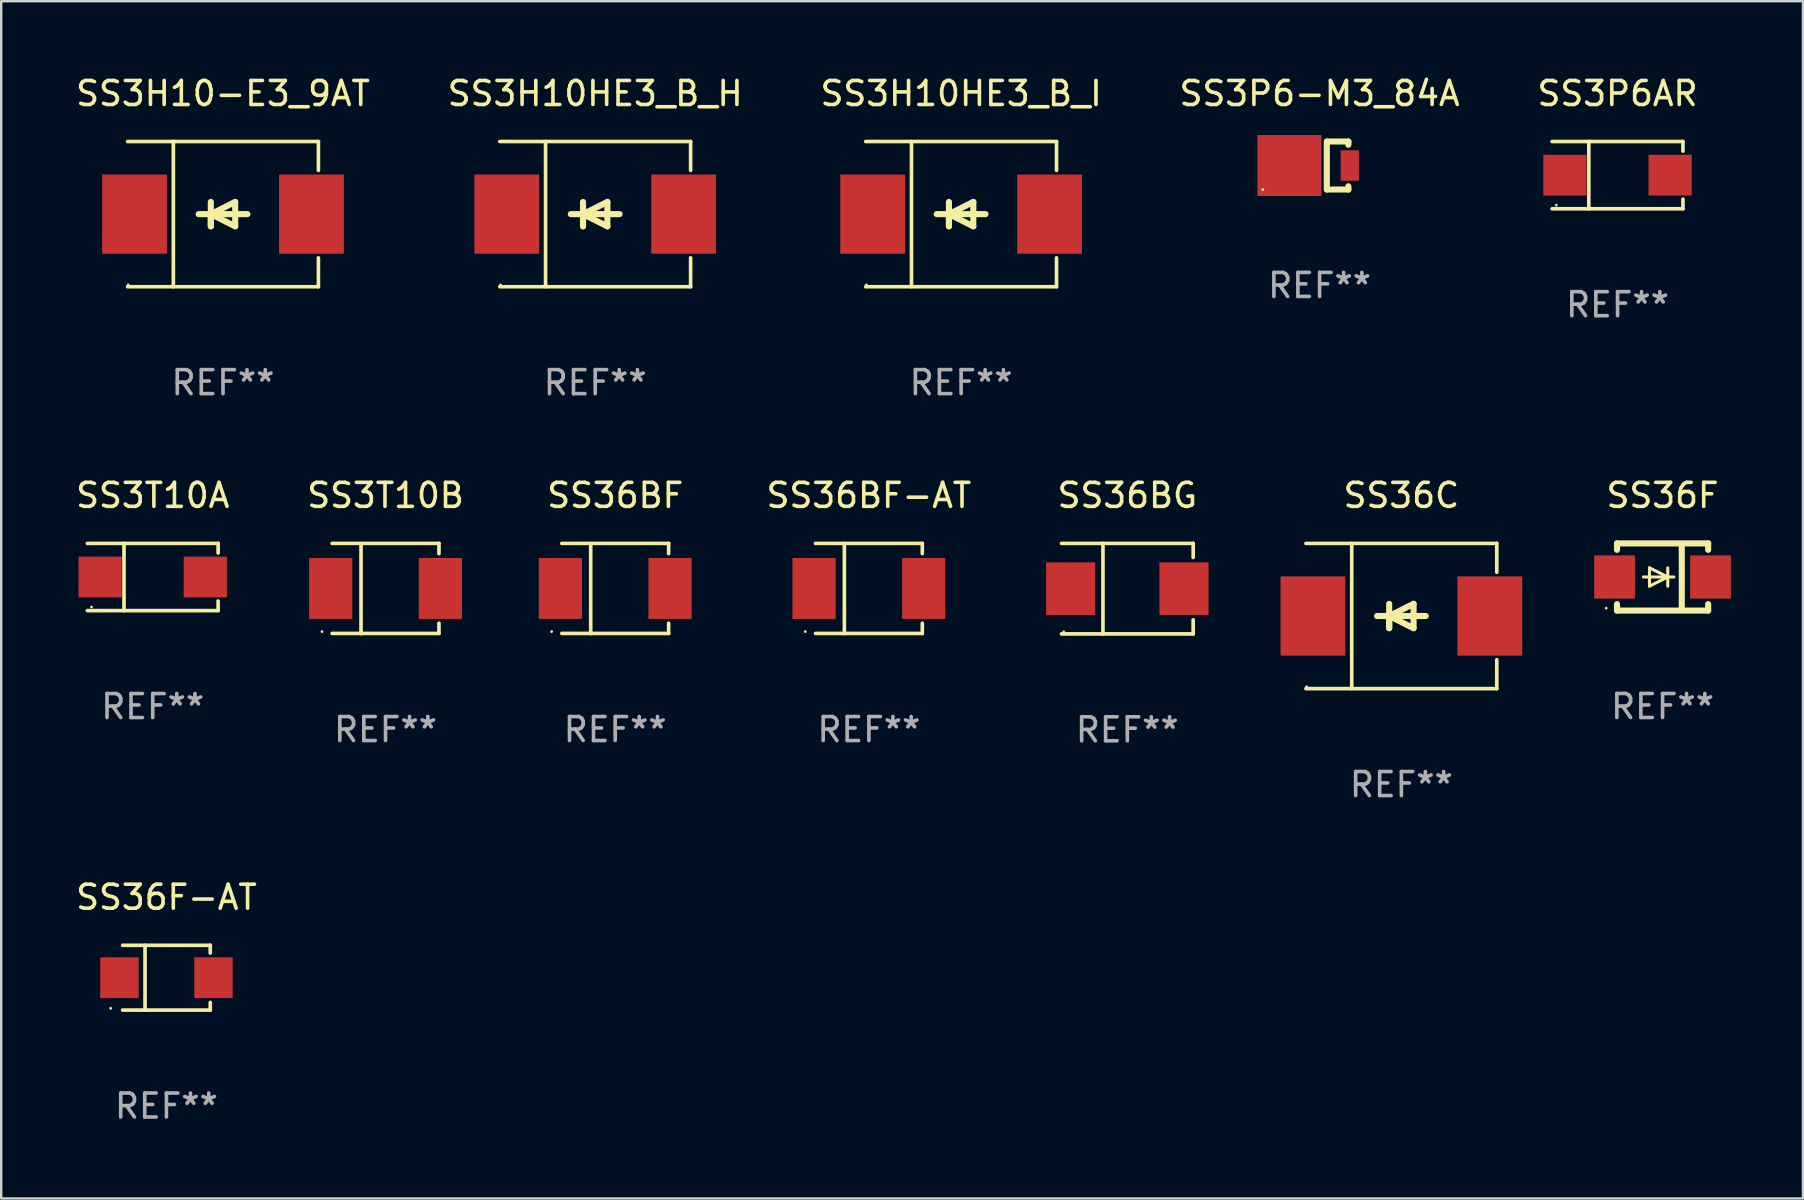
<source format=kicad_pcb>
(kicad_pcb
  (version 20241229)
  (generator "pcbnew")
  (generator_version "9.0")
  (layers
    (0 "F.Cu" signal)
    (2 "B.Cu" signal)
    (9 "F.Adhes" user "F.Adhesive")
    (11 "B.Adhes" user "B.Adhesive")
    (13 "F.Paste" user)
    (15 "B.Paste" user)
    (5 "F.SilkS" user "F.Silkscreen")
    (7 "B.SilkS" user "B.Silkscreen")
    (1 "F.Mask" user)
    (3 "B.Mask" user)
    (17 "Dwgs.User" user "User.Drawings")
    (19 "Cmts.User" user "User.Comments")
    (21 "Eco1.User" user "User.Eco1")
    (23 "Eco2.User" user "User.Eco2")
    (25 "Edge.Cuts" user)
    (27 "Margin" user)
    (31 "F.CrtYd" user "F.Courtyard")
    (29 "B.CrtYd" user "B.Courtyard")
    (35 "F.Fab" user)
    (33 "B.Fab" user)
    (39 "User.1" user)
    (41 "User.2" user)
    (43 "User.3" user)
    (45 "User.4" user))
  (footprint "SS36BF"
    (layer "F.Cu")
    (at 22.59 21.477)
    (property "Reference" "SS36BF" (at 0 -3.88 0) (layer "F.SilkS") (effects (font (size 1 1) (thickness 0.15))))
    (attr through_hole)
    (fp_line (start -2.226 -1.88) (end 2.226 -1.88) (stroke (width 0.152) (type solid)) (layer "F.SilkS"))
    (fp_line (start -2.226 1.873) (end 2.226 1.873) (stroke (width 0.152) (type solid)) (layer "F.SilkS"))
    (fp_line (start -1.022 -1.873) (end -1.022 1.88) (stroke (width 0.152) (type solid)) (layer "F.SilkS"))
    (fp_line (start 2.226 -1.88) (end 2.226 -1.453) (stroke (width 0.152) (type solid)) (layer "F.SilkS"))
    (fp_line (start 2.226 1.447) (end 2.226 1.873) (stroke (width 0.152) (type solid)) (layer "F.SilkS"))
    (fp_circle (center -2.65 1.797) (end -2.62 1.797) (stroke (width 0.06) (type solid)) (fill no) (layer "F.SilkS"))
    (fp_text user "REF**" (at 0 5.88 0) (layer "F.Fab") (effects (font (size 1 1) (thickness 0.15))))
    (pad "1" smd rect (at -2.285 -0.003) (size 1.8 2.54) (layers "F.Cu" "F.Mask" "F.Paste"))
    (pad "2" smd rect (at 2.285 -0.003) (size 1.8 2.54) (layers "F.Cu" "F.Mask" "F.Paste")))
  (footprint "SS3H10HE3_B_I"
    (layer "F.Cu")
    (at 37.006 5.874)
    (property "Reference" "SS3H10HE3_B_I" (at 0 -5.026 0) (layer "F.SilkS") (effects (font (size 1 1) (thickness 0.15))))
    (attr through_hole)
    (fp_line (start -3.976 -3.026) (end 3.976 -3.026) (stroke (width 0.152) (type solid)) (layer "F.SilkS"))
    (fp_line (start -3.976 3.026) (end 3.976 3.026) (stroke (width 0.152) (type solid)) (layer "F.SilkS"))
    (fp_line (start -2.069 -3.026) (end -2.069 3.026) (stroke (width 0.152) (type solid)) (layer "F.SilkS"))
    (fp_line (start -0.508 0) (end -0.508 0.508) (stroke (width 0.254) (type solid)) (layer "F.SilkS"))
    (fp_line (start -0.508 0) (end 0.508 0.508) (stroke (width 0.254) (type solid)) (layer "F.SilkS"))
    (fp_line (start -0.508 0.508) (end -0.508 -0.508) (stroke (width 0.254) (type solid)) (layer "F.SilkS"))
    (fp_line (start 0.508 -0.508) (end -0.508 0) (stroke (width 0.254) (type solid)) (layer "F.SilkS"))
    (fp_line (start 0.508 0.508) (end 0.508 -0.508) (stroke (width 0.254) (type solid)) (layer "F.SilkS"))
    (fp_line (start 1.016 0) (end -1.016 0) (stroke (width 0.254) (type solid)) (layer "F.SilkS"))
    (fp_line (start 3.976 -3.026) (end 3.976 -1.823) (stroke (width 0.152) (type solid)) (layer "F.SilkS"))
    (fp_line (start 3.976 3.026) (end 3.976 1.823) (stroke (width 0.152) (type solid)) (layer "F.SilkS"))
    (fp_circle (center -3.95 2.95) (end -3.92 2.95) (stroke (width 0.06) (type solid)) (fill no) (layer "F.SilkS"))
    (fp_text user "REF**" (at 0 7.026 0) (layer "F.Fab") (effects (font (size 1 1) (thickness 0.15))))
    (pad "1" smd rect (at -3.686 0) (size 2.7 3.3) (layers "F.Cu" "F.Mask" "F.Paste"))
    (pad "2" smd rect (at 3.686 0) (size 2.7 3.3) (layers "F.Cu" "F.Mask" "F.Paste")))
  (footprint "SS36C"
    (layer "F.Cu")
    (at 55.354 22.623)
    (property "Reference" "SS36C" (at 0 -5.026 0) (layer "F.SilkS") (effects (font (size 1 1) (thickness 0.15))))
    (attr through_hole)
    (fp_line (start -3.976 -3.026) (end 3.976 -3.026) (stroke (width 0.152) (type solid)) (layer "F.SilkS"))
    (fp_line (start -3.976 3.026) (end 3.976 3.026) (stroke (width 0.152) (type solid)) (layer "F.SilkS"))
    (fp_line (start -2.069 -3.026) (end -2.069 3.026) (stroke (width 0.152) (type solid)) (layer "F.SilkS"))
    (fp_line (start -0.508 0) (end -0.508 0.508) (stroke (width 0.254) (type solid)) (layer "F.SilkS"))
    (fp_line (start -0.508 0) (end 0.508 0.508) (stroke (width 0.254) (type solid)) (layer "F.SilkS"))
    (fp_line (start -0.508 0.508) (end -0.508 -0.508) (stroke (width 0.254) (type solid)) (layer "F.SilkS"))
    (fp_line (start 0.508 -0.508) (end -0.508 0) (stroke (width 0.254) (type solid)) (layer "F.SilkS"))
    (fp_line (start 0.508 0.508) (end 0.508 -0.508) (stroke (width 0.254) (type solid)) (layer "F.SilkS"))
    (fp_line (start 1.016 0) (end -1.016 0) (stroke (width 0.254) (type solid)) (layer "F.SilkS"))
    (fp_line (start 3.976 -3.026) (end 3.976 -1.823) (stroke (width 0.152) (type solid)) (layer "F.SilkS"))
    (fp_line (start 3.976 3.026) (end 3.976 1.823) (stroke (width 0.152) (type solid)) (layer "F.SilkS"))
    (fp_circle (center -3.95 2.95) (end -3.92 2.95) (stroke (width 0.06) (type solid)) (fill no) (layer "F.SilkS"))
    (fp_text user "REF**" (at 0 7.026 0) (layer "F.Fab") (effects (font (size 1 1) (thickness 0.15))))
    (pad "1" smd rect (at -3.686 0) (size 2.7 3.3) (layers "F.Cu" "F.Mask" "F.Paste"))
    (pad "2" smd rect (at 3.686 0) (size 2.7 3.3) (layers "F.Cu" "F.Mask" "F.Paste")))
  (footprint "SS36BG"
    (layer "F.Cu")
    (at 43.933 21.483)
    (property "Reference" "SS36BG" (at 0 -3.886 0) (layer "F.SilkS") (effects (font (size 1 1) (thickness 0.15))))
    (attr through_hole)
    (fp_line (start -2.744 -1.886) (end 2.744 -1.886) (stroke (width 0.152) (type solid)) (layer "F.SilkS"))
    (fp_line (start -2.744 1.886) (end 2.744 1.886) (stroke (width 0.152) (type solid)) (layer "F.SilkS"))
    (fp_line (start -1.016 -1.886) (end -1.016 1.886) (stroke (width 0.152) (type solid)) (layer "F.SilkS"))
    (fp_line (start 2.744 -1.886) (end 2.744 -1.299) (stroke (width 0.152) (type solid)) (layer "F.SilkS"))
    (fp_line (start 2.744 1.886) (end 2.744 1.299) (stroke (width 0.152) (type solid)) (layer "F.SilkS"))
    (fp_circle (center -2.65 1.8) (end -2.62 1.8) (stroke (width 0.06) (type solid)) (fill no) (layer "F.SilkS"))
    (fp_text user "REF**" (at 0 5.886 0) (layer "F.Fab") (effects (font (size 1 1) (thickness 0.15))))
    (pad "1" smd rect (at -2.361 0) (size 2.047 2.192) (layers "F.Cu" "F.Mask" "F.Paste"))
    (pad "2" smd rect (at 2.361 0) (size 2.047 2.192) (layers "F.Cu" "F.Mask" "F.Paste")))
  (footprint "SS3P6-M3_84A"
    (layer "F.Cu")
    (at 51.946 3.848)
    (property "Reference" "SS3P6-M3_84A" (at 0 -3 0) (layer "F.SilkS") (effects (font (size 1 1) (thickness 0.15))))
    (attr through_hole)
    (fp_line (start 0.3 -1) (end 0.3 1) (stroke (width 0.254) (type solid)) (layer "F.SilkS"))
    (fp_line (start 1.2 -1) (end 0.308 -1) (stroke (width 0.254) (type solid)) (layer "F.SilkS"))
    (fp_line (start 1.2 -1) (end 1.2 -0.866) (stroke (width 0.254) (type solid)) (layer "F.SilkS"))
    (fp_line (start 1.2 1) (end 0.308 1) (stroke (width 0.254) (type solid)) (layer "F.SilkS"))
    (fp_line (start 1.2 1) (end 1.2 0.866) (stroke (width 0.254) (type solid)) (layer "F.SilkS"))
    (fp_circle (center -2.368 1) (end -2.338 1) (stroke (width 0.06) (type solid)) (fill no) (layer "F.SilkS"))
    (fp_text user "REF**" (at 0 5 0) (layer "F.Fab") (effects (font (size 1 1) (thickness 0.15))))
    (pad "1" smd rect (at -1.258 0) (size 2.67 2.54) (layers "F.Cu" "F.Mask" "F.Paste"))
    (pad "2" smd rect (at 1.258 0) (size 0.762 1.27) (layers "F.Cu" "F.Mask" "F.Paste")))
  (footprint "SS36F"
    (layer "F.Cu")
    (at 66.24 20.997)
    (property "Reference" "SS36F" (at 0 -3.4 0) (layer "F.SilkS") (effects (font (size 1 1) (thickness 0.15))))
    (attr through_hole)
    (fp_line (start -1.9 -1.4) (end -1.9 -1.131) (stroke (width 0.254) (type solid)) (layer "F.SilkS"))
    (fp_line (start -1.9 -1.4) (end 1.9 -1.4) (stroke (width 0.254) (type solid)) (layer "F.SilkS"))
    (fp_line (start -1.9 1.131) (end -1.9 1.4) (stroke (width 0.254) (type solid)) (layer "F.SilkS"))
    (fp_line (start -1.9 1.4) (end 1.9 1.4) (stroke (width 0.254) (type solid)) (layer "F.SilkS"))
    (fp_line (start -0.8 0) (end 0.47 0) (stroke (width 0.127) (type solid)) (layer "F.SilkS"))
    (fp_line (start -0.546 -0.381) (end 0.216 0) (stroke (width 0.127) (type solid)) (layer "F.SilkS"))
    (fp_line (start -0.546 0) (end -0.546 -0.381) (stroke (width 0.127) (type solid)) (layer "F.SilkS"))
    (fp_line (start -0.546 0) (end -0.546 0.381) (stroke (width 0.127) (type solid)) (layer "F.SilkS"))
    (fp_line (start -0.546 0.381) (end 0.216 0) (stroke (width 0.127) (type solid)) (layer "F.SilkS"))
    (fp_line (start 0.216 0) (end 0.216 -0.381) (stroke (width 0.127) (type solid)) (layer "F.SilkS"))
    (fp_line (start 0.216 0) (end 0.216 0.381) (stroke (width 0.127) (type solid)) (layer "F.SilkS"))
    (fp_line (start 0.8 1.25) (end 0.8 -1.25) (stroke (width 0.254) (type solid)) (layer "F.SilkS"))
    (fp_line (start 1.9 -1.4) (end 1.9 -1.131) (stroke (width 0.254) (type solid)) (layer "F.SilkS"))
    (fp_line (start 1.9 1.131) (end 1.9 1.4) (stroke (width 0.254) (type solid)) (layer "F.SilkS"))
    (fp_circle (center -2.35 1.3) (end -2.32 1.3) (stroke (width 0.06) (type solid)) (fill no) (layer "F.SilkS"))
    (fp_text user "REF**" (at 0 5.4 0) (layer "F.Fab") (effects (font (size 1 1) (thickness 0.15))))
    (pad "1" smd rect (at -2 0 180) (size 1.7 1.8) (layers "F.Cu" "F.Mask" "F.Paste"))
    (pad "2" smd rect (at 2 0 180) (size 1.7 1.8) (layers "F.Cu" "F.Mask" "F.Paste")))
  (footprint "SS3H10HE3_B_H"
    (layer "F.Cu")
    (at 21.756 5.874)
    (property "Reference" "SS3H10HE3_B_H" (at 0 -5.026 0) (layer "F.SilkS") (effects (font (size 1 1) (thickness 0.15))))
    (attr through_hole)
    (fp_line (start -3.976 -3.026) (end 3.976 -3.026) (stroke (width 0.152) (type solid)) (layer "F.SilkS"))
    (fp_line (start -3.976 3.026) (end 3.976 3.026) (stroke (width 0.152) (type solid)) (layer "F.SilkS"))
    (fp_line (start -2.069 -3.026) (end -2.069 3.026) (stroke (width 0.152) (type solid)) (layer "F.SilkS"))
    (fp_line (start -0.508 0) (end -0.508 0.508) (stroke (width 0.254) (type solid)) (layer "F.SilkS"))
    (fp_line (start -0.508 0) (end 0.508 0.508) (stroke (width 0.254) (type solid)) (layer "F.SilkS"))
    (fp_line (start -0.508 0.508) (end -0.508 -0.508) (stroke (width 0.254) (type solid)) (layer "F.SilkS"))
    (fp_line (start 0.508 -0.508) (end -0.508 0) (stroke (width 0.254) (type solid)) (layer "F.SilkS"))
    (fp_line (start 0.508 0.508) (end 0.508 -0.508) (stroke (width 0.254) (type solid)) (layer "F.SilkS"))
    (fp_line (start 1.016 0) (end -1.016 0) (stroke (width 0.254) (type solid)) (layer "F.SilkS"))
    (fp_line (start 3.976 -3.026) (end 3.976 -1.823) (stroke (width 0.152) (type solid)) (layer "F.SilkS"))
    (fp_line (start 3.976 3.026) (end 3.976 1.823) (stroke (width 0.152) (type solid)) (layer "F.SilkS"))
    (fp_circle (center -3.95 2.95) (end -3.92 2.95) (stroke (width 0.06) (type solid)) (fill no) (layer "F.SilkS"))
    (fp_text user "REF**" (at 0 7.026 0) (layer "F.Fab") (effects (font (size 1 1) (thickness 0.15))))
    (pad "1" smd rect (at -3.686 0) (size 2.7 3.3) (layers "F.Cu" "F.Mask" "F.Paste"))
    (pad "2" smd rect (at 3.686 0) (size 2.7 3.3) (layers "F.Cu" "F.Mask" "F.Paste")))
  (footprint "SS3T10B"
    (layer "F.Cu")
    (at 13.018 21.477)
    (property "Reference" "SS3T10B" (at 0 -3.88 0) (layer "F.SilkS") (effects (font (size 1 1) (thickness 0.15))))
    (attr through_hole)
    (fp_line (start -2.226 -1.88) (end 2.226 -1.88) (stroke (width 0.152) (type solid)) (layer "F.SilkS"))
    (fp_line (start -2.226 1.873) (end 2.226 1.873) (stroke (width 0.152) (type solid)) (layer "F.SilkS"))
    (fp_line (start -1.022 -1.873) (end -1.022 1.88) (stroke (width 0.152) (type solid)) (layer "F.SilkS"))
    (fp_line (start 2.226 -1.88) (end 2.226 -1.453) (stroke (width 0.152) (type solid)) (layer "F.SilkS"))
    (fp_line (start 2.226 1.447) (end 2.226 1.873) (stroke (width 0.152) (type solid)) (layer "F.SilkS"))
    (fp_circle (center -2.65 1.797) (end -2.62 1.797) (stroke (width 0.06) (type solid)) (fill no) (layer "F.SilkS"))
    (fp_text user "REF**" (at 0 5.88 0) (layer "F.Fab") (effects (font (size 1 1) (thickness 0.15))))
    (pad "1" smd rect (at -2.285 -0.003) (size 1.8 2.54) (layers "F.Cu" "F.Mask" "F.Paste"))
    (pad "2" smd rect (at 2.285 -0.003) (size 1.8 2.54) (layers "F.Cu" "F.Mask" "F.Paste")))
  (footprint "SS36F-AT"
    (layer "F.Cu")
    (at 3.887 37.697)
    (property "Reference" "SS36F-AT" (at 0 -3.351 0) (layer "F.SilkS") (effects (font (size 1 1) (thickness 0.15))))
    (attr through_hole)
    (fp_line (start -1.826 -1.351) (end 1.826 -1.351) (stroke (width 0.152) (type solid)) (layer "F.SilkS"))
    (fp_line (start -1.826 1.351) (end 1.826 1.351) (stroke (width 0.152) (type solid)) (layer "F.SilkS"))
    (fp_line (start -0.892 -1.351) (end -0.892 1.351) (stroke (width 0.152) (type solid)) (layer "F.SilkS"))
    (fp_line (start 1.826 -1.351) (end 1.826 -1.03) (stroke (width 0.152) (type solid)) (layer "F.SilkS"))
    (fp_line (start 1.826 1.03) (end 1.826 1.351) (stroke (width 0.152) (type solid)) (layer "F.SilkS"))
    (fp_circle (center -2.325 1.275) (end -2.295 1.275) (stroke (width 0.06) (type solid)) (fill no) (layer "F.SilkS"))
    (fp_text user "REF**" (at 0 5.351 0) (layer "F.Fab") (effects (font (size 1 1) (thickness 0.15))))
    (pad "1" smd rect (at -1.96 0 180) (size 1.6 1.7) (layers "F.Cu" "F.Mask" "F.Paste"))
    (pad "2" smd rect (at 1.96 0 180) (size 1.6 1.7) (layers "F.Cu" "F.Mask" "F.Paste")))
  (footprint "SS3P6AR"
    (layer "F.Cu")
    (at 64.363 4.249)
    (property "Reference" "SS3P6AR" (at 0 -3.401 0) (layer "F.SilkS") (effects (font (size 1 1) (thickness 0.15))))
    (attr through_hole)
    (fp_line (start -2.726 -1.401) (end 2.726 -1.401) (stroke (width 0.152) (type solid)) (layer "F.SilkS"))
    (fp_line (start -2.726 1.401) (end 2.726 1.401) (stroke (width 0.152) (type solid)) (layer "F.SilkS"))
    (fp_line (start -1.197 -1.401) (end -1.197 1.401) (stroke (width 0.152) (type solid)) (layer "F.SilkS"))
    (fp_line (start 2.726 -1.401) (end 2.726 -1) (stroke (width 0.152) (type solid)) (layer "F.SilkS"))
    (fp_line (start 2.726 1.401) (end 2.726 1) (stroke (width 0.152) (type solid)) (layer "F.SilkS"))
    (fp_circle (center -2.55 1.25) (end -2.52 1.25) (stroke (width 0.06) (type solid)) (fill no) (layer "F.SilkS"))
    (fp_text user "REF**" (at 0 5.401 0) (layer "F.Fab") (effects (font (size 1 1) (thickness 0.15))))
    (pad "1" smd rect (at -2.192 0) (size 1.8 1.7) (layers "F.Cu" "F.Mask" "F.Paste"))
    (pad "2" smd rect (at 2.192 0) (size 1.8 1.7) (layers "F.Cu" "F.Mask" "F.Paste")))
  (footprint "SS3T10A"
    (layer "F.Cu")
    (at 3.315 20.998)
    (property "Reference" "SS3T10A" (at 0 -3.401 0) (layer "F.SilkS") (effects (font (size 1 1) (thickness 0.15))))
    (attr through_hole)
    (fp_line (start -2.726 -1.401) (end 2.726 -1.401) (stroke (width 0.152) (type solid)) (layer "F.SilkS"))
    (fp_line (start -2.726 1.401) (end 2.726 1.401) (stroke (width 0.152) (type solid)) (layer "F.SilkS"))
    (fp_line (start -1.197 -1.401) (end -1.197 1.401) (stroke (width 0.152) (type solid)) (layer "F.SilkS"))
    (fp_line (start 2.726 -1.401) (end 2.726 -1) (stroke (width 0.152) (type solid)) (layer "F.SilkS"))
    (fp_line (start 2.726 1.401) (end 2.726 1) (stroke (width 0.152) (type solid)) (layer "F.SilkS"))
    (fp_circle (center -2.55 1.25) (end -2.52 1.25) (stroke (width 0.06) (type solid)) (fill no) (layer "F.SilkS"))
    (fp_text user "REF**" (at 0 5.401 0) (layer "F.Fab") (effects (font (size 1 1) (thickness 0.15))))
    (pad "1" smd rect (at -2.192 0) (size 1.8 1.7) (layers "F.Cu" "F.Mask" "F.Paste"))
    (pad "2" smd rect (at 2.192 0) (size 1.8 1.7) (layers "F.Cu" "F.Mask" "F.Paste")))
  (footprint "SS36BF-AT"
    (layer "F.Cu")
    (at 33.162 21.477)
    (property "Reference" "SS36BF-AT" (at 0 -3.88 0) (layer "F.SilkS") (effects (font (size 1 1) (thickness 0.15))))
    (attr through_hole)
    (fp_line (start -2.226 -1.88) (end 2.226 -1.88) (stroke (width 0.152) (type solid)) (layer "F.SilkS"))
    (fp_line (start -2.226 1.873) (end 2.226 1.873) (stroke (width 0.152) (type solid)) (layer "F.SilkS"))
    (fp_line (start -1.022 -1.873) (end -1.022 1.88) (stroke (width 0.152) (type solid)) (layer "F.SilkS"))
    (fp_line (start 2.226 -1.88) (end 2.226 -1.453) (stroke (width 0.152) (type solid)) (layer "F.SilkS"))
    (fp_line (start 2.226 1.447) (end 2.226 1.873) (stroke (width 0.152) (type solid)) (layer "F.SilkS"))
    (fp_circle (center -2.65 1.797) (end -2.62 1.797) (stroke (width 0.06) (type solid)) (fill no) (layer "F.SilkS"))
    (fp_text user "REF**" (at 0 5.88 0) (layer "F.Fab") (effects (font (size 1 1) (thickness 0.15))))
    (pad "1" smd rect (at -2.285 -0.003) (size 1.8 2.54) (layers "F.Cu" "F.Mask" "F.Paste"))
    (pad "2" smd rect (at 2.285 -0.003) (size 1.8 2.54) (layers "F.Cu" "F.Mask" "F.Paste")))
  (footprint "SS3H10-E3_9AT"
    (layer "F.Cu")
    (at 6.244 5.874)
    (property "Reference" "SS3H10-E3_9AT" (at 0 -5.026 0) (layer "F.SilkS") (effects (font (size 1 1) (thickness 0.15))))
    (attr through_hole)
    (fp_line (start -3.976 -3.026) (end 3.976 -3.026) (stroke (width 0.152) (type solid)) (layer "F.SilkS"))
    (fp_line (start -3.976 3.026) (end 3.976 3.026) (stroke (width 0.152) (type solid)) (layer "F.SilkS"))
    (fp_line (start -2.069 -3.026) (end -2.069 3.026) (stroke (width 0.152) (type solid)) (layer "F.SilkS"))
    (fp_line (start -0.508 0) (end -0.508 0.508) (stroke (width 0.254) (type solid)) (layer "F.SilkS"))
    (fp_line (start -0.508 0) (end 0.508 0.508) (stroke (width 0.254) (type solid)) (layer "F.SilkS"))
    (fp_line (start -0.508 0.508) (end -0.508 -0.508) (stroke (width 0.254) (type solid)) (layer "F.SilkS"))
    (fp_line (start 0.508 -0.508) (end -0.508 0) (stroke (width 0.254) (type solid)) (layer "F.SilkS"))
    (fp_line (start 0.508 0.508) (end 0.508 -0.508) (stroke (width 0.254) (type solid)) (layer "F.SilkS"))
    (fp_line (start 1.016 0) (end -1.016 0) (stroke (width 0.254) (type solid)) (layer "F.SilkS"))
    (fp_line (start 3.976 -3.026) (end 3.976 -1.823) (stroke (width 0.152) (type solid)) (layer "F.SilkS"))
    (fp_line (start 3.976 3.026) (end 3.976 1.823) (stroke (width 0.152) (type solid)) (layer "F.SilkS"))
    (fp_circle (center -3.95 2.95) (end -3.92 2.95) (stroke (width 0.06) (type solid)) (fill no) (layer "F.SilkS"))
    (fp_text user "REF**" (at 0 7.026 0) (layer "F.Fab") (effects (font (size 1 1) (thickness 0.15))))
    (pad "1" smd rect (at -3.686 0) (size 2.7 3.3) (layers "F.Cu" "F.Mask" "F.Paste"))
    (pad "2" smd rect (at 3.686 0) (size 2.7 3.3) (layers "F.Cu" "F.Mask" "F.Paste")))
  (gr_rect
    (start -3 -3)
    (end 72.09 46.897)
    (stroke (width 0.1) (type default))
    (fill no)
    (layer "Edge.Cuts")))
</source>
